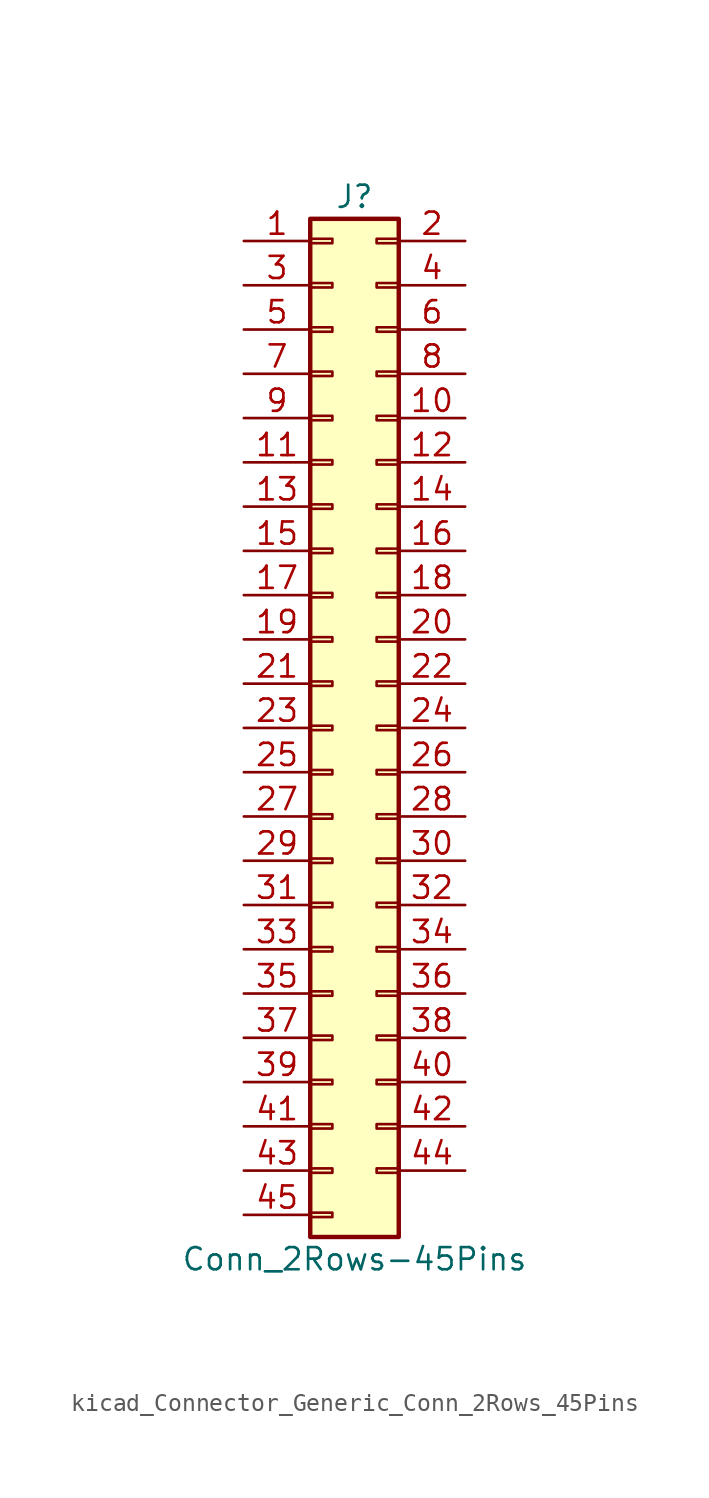
<source format=kicad_sym>
(kicad_symbol_lib
  (version 20220914)
  (generator kicad_symbol_editor)
  (symbol "kicad_Connector_Generic_Conn_2Rows_45Pins"
    (pin_names
      (offset 1.016) hide)
    (property "Reference" "J"
      (at 1.27 30.48 0)
      (effects (font (size 1.27 1.27))))
    (property "Value" "Conn_2Rows-45Pins"
      (at 1.27 -30.48 0)
      (effects (font (size 1.27 1.27))))
    (symbol "kicad_Connector_Generic_Conn_2Rows_45Pins_1_1"
      (rectangle (start -1.27 -27.813) (end 0 -28.067) (stroke (width 0.152) (type default)) (fill (type none)))
      (rectangle (start -1.27 -25.273) (end 0 -25.527) (stroke (width 0.152) (type default)) (fill (type none)))
      (rectangle (start -1.27 -22.733) (end 0 -22.987) (stroke (width 0.152) (type default)) (fill (type none)))
      (rectangle (start -1.27 -20.193) (end 0 -20.447) (stroke (width 0.152) (type default)) (fill (type none)))
      (rectangle (start -1.27 -17.653) (end 0 -17.907) (stroke (width 0.152) (type default)) (fill (type none)))
      (rectangle (start -1.27 -15.113) (end 0 -15.367) (stroke (width 0.152) (type default)) (fill (type none)))
      (rectangle (start -1.27 -12.573) (end 0 -12.827) (stroke (width 0.152) (type default)) (fill (type none)))
      (rectangle (start -1.27 -10.033) (end 0 -10.287) (stroke (width 0.152) (type default)) (fill (type none)))
      (rectangle (start -1.27 -7.493) (end 0 -7.747) (stroke (width 0.152) (type default)) (fill (type none)))
      (rectangle (start -1.27 -4.953) (end 0 -5.207) (stroke (width 0.152) (type default)) (fill (type none)))
      (rectangle (start -1.27 -2.413) (end 0 -2.667) (stroke (width 0.152) (type default)) (fill (type none)))
      (rectangle (start -1.27 0.127) (end 0 -0.127) (stroke (width 0.152) (type default)) (fill (type none)))
      (rectangle (start -1.27 2.667) (end 0 2.413) (stroke (width 0.152) (type default)) (fill (type none)))
      (rectangle (start -1.27 5.207) (end 0 4.953) (stroke (width 0.152) (type default)) (fill (type none)))
      (rectangle (start -1.27 7.747) (end 0 7.493) (stroke (width 0.152) (type default)) (fill (type none)))
      (rectangle (start -1.27 10.287) (end 0 10.033) (stroke (width 0.152) (type default)) (fill (type none)))
      (rectangle (start -1.27 12.827) (end 0 12.573) (stroke (width 0.152) (type default)) (fill (type none)))
      (rectangle (start -1.27 15.367) (end 0 15.113) (stroke (width 0.152) (type default)) (fill (type none)))
      (rectangle (start -1.27 17.907) (end 0 17.653) (stroke (width 0.152) (type default)) (fill (type none)))
      (rectangle (start -1.27 20.447) (end 0 20.193) (stroke (width 0.152) (type default)) (fill (type none)))
      (rectangle (start -1.27 22.987) (end 0 22.733) (stroke (width 0.152) (type default)) (fill (type none)))
      (rectangle (start -1.27 25.527) (end 0 25.273) (stroke (width 0.152) (type default)) (fill (type none)))
      (rectangle (start -1.27 28.067) (end 0 27.813) (stroke (width 0.152) (type default)) (fill (type none)))
      (rectangle (start -1.27 29.21) (end 3.81 -29.21) (stroke (width 0.254) (type default)) (fill (type background)))
      (rectangle (start 3.81 -25.273) (end 2.54 -25.527) (stroke (width 0.152) (type default)) (fill (type none)))
      (rectangle (start 3.81 -22.733) (end 2.54 -22.987) (stroke (width 0.152) (type default)) (fill (type none)))
      (rectangle (start 3.81 -20.193) (end 2.54 -20.447) (stroke (width 0.152) (type default)) (fill (type none)))
      (rectangle (start 3.81 -17.653) (end 2.54 -17.907) (stroke (width 0.152) (type default)) (fill (type none)))
      (rectangle (start 3.81 -15.113) (end 2.54 -15.367) (stroke (width 0.152) (type default)) (fill (type none)))
      (rectangle (start 3.81 -12.573) (end 2.54 -12.827) (stroke (width 0.152) (type default)) (fill (type none)))
      (rectangle (start 3.81 -10.033) (end 2.54 -10.287) (stroke (width 0.152) (type default)) (fill (type none)))
      (rectangle (start 3.81 -7.493) (end 2.54 -7.747) (stroke (width 0.152) (type default)) (fill (type none)))
      (rectangle (start 3.81 -4.953) (end 2.54 -5.207) (stroke (width 0.152) (type default)) (fill (type none)))
      (rectangle (start 3.81 -2.413) (end 2.54 -2.667) (stroke (width 0.152) (type default)) (fill (type none)))
      (rectangle (start 3.81 0.127) (end 2.54 -0.127) (stroke (width 0.152) (type default)) (fill (type none)))
      (rectangle (start 3.81 2.667) (end 2.54 2.413) (stroke (width 0.152) (type default)) (fill (type none)))
      (rectangle (start 3.81 5.207) (end 2.54 4.953) (stroke (width 0.152) (type default)) (fill (type none)))
      (rectangle (start 3.81 7.747) (end 2.54 7.493) (stroke (width 0.152) (type default)) (fill (type none)))
      (rectangle (start 3.81 10.287) (end 2.54 10.033) (stroke (width 0.152) (type default)) (fill (type none)))
      (rectangle (start 3.81 12.827) (end 2.54 12.573) (stroke (width 0.152) (type default)) (fill (type none)))
      (rectangle (start 3.81 15.367) (end 2.54 15.113) (stroke (width 0.152) (type default)) (fill (type none)))
      (rectangle (start 3.81 17.907) (end 2.54 17.653) (stroke (width 0.152) (type default)) (fill (type none)))
      (rectangle (start 3.81 20.447) (end 2.54 20.193) (stroke (width 0.152) (type default)) (fill (type none)))
      (rectangle (start 3.81 22.987) (end 2.54 22.733) (stroke (width 0.152) (type default)) (fill (type none)))
      (rectangle (start 3.81 25.527) (end 2.54 25.273) (stroke (width 0.152) (type default)) (fill (type none)))
      (rectangle (start 3.81 28.067) (end 2.54 27.813) (stroke (width 0.152) (type default)) (fill (type none)))
      (pin passive line (at -5.08 27.94 0) (length 3.81) (name "Pin_1" (effects (font (size 1.27 1.27)))) (number "1" (effects (font (size 1.27 1.27)))))
      (pin passive line (at 7.62 17.78 180) (length 3.81) (name "Pin_10" (effects (font (size 1.27 1.27)))) (number "10" (effects (font (size 1.27 1.27)))))
      (pin passive line (at -5.08 15.24 0) (length 3.81) (name "Pin_11" (effects (font (size 1.27 1.27)))) (number "11" (effects (font (size 1.27 1.27)))))
      (pin passive line (at 7.62 15.24 180) (length 3.81) (name "Pin_12" (effects (font (size 1.27 1.27)))) (number "12" (effects (font (size 1.27 1.27)))))
      (pin passive line (at -5.08 12.7 0) (length 3.81) (name "Pin_13" (effects (font (size 1.27 1.27)))) (number "13" (effects (font (size 1.27 1.27)))))
      (pin passive line (at 7.62 12.7 180) (length 3.81) (name "Pin_14" (effects (font (size 1.27 1.27)))) (number "14" (effects (font (size 1.27 1.27)))))
      (pin passive line (at -5.08 10.16 0) (length 3.81) (name "Pin_15" (effects (font (size 1.27 1.27)))) (number "15" (effects (font (size 1.27 1.27)))))
      (pin passive line (at 7.62 10.16 180) (length 3.81) (name "Pin_16" (effects (font (size 1.27 1.27)))) (number "16" (effects (font (size 1.27 1.27)))))
      (pin passive line (at -5.08 7.62 0) (length 3.81) (name "Pin_17" (effects (font (size 1.27 1.27)))) (number "17" (effects (font (size 1.27 1.27)))))
      (pin passive line (at 7.62 7.62 180) (length 3.81) (name "Pin_18" (effects (font (size 1.27 1.27)))) (number "18" (effects (font (size 1.27 1.27)))))
      (pin passive line (at -5.08 5.08 0) (length 3.81) (name "Pin_19" (effects (font (size 1.27 1.27)))) (number "19" (effects (font (size 1.27 1.27)))))
      (pin passive line (at 7.62 27.94 180) (length 3.81) (name "Pin_2" (effects (font (size 1.27 1.27)))) (number "2" (effects (font (size 1.27 1.27)))))
      (pin passive line (at 7.62 5.08 180) (length 3.81) (name "Pin_20" (effects (font (size 1.27 1.27)))) (number "20" (effects (font (size 1.27 1.27)))))
      (pin passive line (at -5.08 2.54 0) (length 3.81) (name "Pin_21" (effects (font (size 1.27 1.27)))) (number "21" (effects (font (size 1.27 1.27)))))
      (pin passive line (at 7.62 2.54 180) (length 3.81) (name "Pin_22" (effects (font (size 1.27 1.27)))) (number "22" (effects (font (size 1.27 1.27)))))
      (pin passive line (at -5.08 0 0) (length 3.81) (name "Pin_23" (effects (font (size 1.27 1.27)))) (number "23" (effects (font (size 1.27 1.27)))))
      (pin passive line (at 7.62 0 180) (length 3.81) (name "Pin_24" (effects (font (size 1.27 1.27)))) (number "24" (effects (font (size 1.27 1.27)))))
      (pin passive line (at -5.08 -2.54 0) (length 3.81) (name "Pin_25" (effects (font (size 1.27 1.27)))) (number "25" (effects (font (size 1.27 1.27)))))
      (pin passive line (at 7.62 -2.54 180) (length 3.81) (name "Pin_26" (effects (font (size 1.27 1.27)))) (number "26" (effects (font (size 1.27 1.27)))))
      (pin passive line (at -5.08 -5.08 0) (length 3.81) (name "Pin_27" (effects (font (size 1.27 1.27)))) (number "27" (effects (font (size 1.27 1.27)))))
      (pin passive line (at 7.62 -5.08 180) (length 3.81) (name "Pin_28" (effects (font (size 1.27 1.27)))) (number "28" (effects (font (size 1.27 1.27)))))
      (pin passive line (at -5.08 -7.62 0) (length 3.81) (name "Pin_29" (effects (font (size 1.27 1.27)))) (number "29" (effects (font (size 1.27 1.27)))))
      (pin passive line (at -5.08 25.4 0) (length 3.81) (name "Pin_3" (effects (font (size 1.27 1.27)))) (number "3" (effects (font (size 1.27 1.27)))))
      (pin passive line (at 7.62 -7.62 180) (length 3.81) (name "Pin_30" (effects (font (size 1.27 1.27)))) (number "30" (effects (font (size 1.27 1.27)))))
      (pin passive line (at -5.08 -10.16 0) (length 3.81) (name "Pin_31" (effects (font (size 1.27 1.27)))) (number "31" (effects (font (size 1.27 1.27)))))
      (pin passive line (at 7.62 -10.16 180) (length 3.81) (name "Pin_32" (effects (font (size 1.27 1.27)))) (number "32" (effects (font (size 1.27 1.27)))))
      (pin passive line (at -5.08 -12.7 0) (length 3.81) (name "Pin_33" (effects (font (size 1.27 1.27)))) (number "33" (effects (font (size 1.27 1.27)))))
      (pin passive line (at 7.62 -12.7 180) (length 3.81) (name "Pin_34" (effects (font (size 1.27 1.27)))) (number "34" (effects (font (size 1.27 1.27)))))
      (pin passive line (at -5.08 -15.24 0) (length 3.81) (name "Pin_35" (effects (font (size 1.27 1.27)))) (number "35" (effects (font (size 1.27 1.27)))))
      (pin passive line (at 7.62 -15.24 180) (length 3.81) (name "Pin_36" (effects (font (size 1.27 1.27)))) (number "36" (effects (font (size 1.27 1.27)))))
      (pin passive line (at -5.08 -17.78 0) (length 3.81) (name "Pin_37" (effects (font (size 1.27 1.27)))) (number "37" (effects (font (size 1.27 1.27)))))
      (pin passive line (at 7.62 -17.78 180) (length 3.81) (name "Pin_38" (effects (font (size 1.27 1.27)))) (number "38" (effects (font (size 1.27 1.27)))))
      (pin passive line (at -5.08 -20.32 0) (length 3.81) (name "Pin_39" (effects (font (size 1.27 1.27)))) (number "39" (effects (font (size 1.27 1.27)))))
      (pin passive line (at 7.62 25.4 180) (length 3.81) (name "Pin_4" (effects (font (size 1.27 1.27)))) (number "4" (effects (font (size 1.27 1.27)))))
      (pin passive line (at 7.62 -20.32 180) (length 3.81) (name "Pin_40" (effects (font (size 1.27 1.27)))) (number "40" (effects (font (size 1.27 1.27)))))
      (pin passive line (at -5.08 -22.86 0) (length 3.81) (name "Pin_41" (effects (font (size 1.27 1.27)))) (number "41" (effects (font (size 1.27 1.27)))))
      (pin passive line (at 7.62 -22.86 180) (length 3.81) (name "Pin_42" (effects (font (size 1.27 1.27)))) (number "42" (effects (font (size 1.27 1.27)))))
      (pin passive line (at -5.08 -25.4 0) (length 3.81) (name "Pin_43" (effects (font (size 1.27 1.27)))) (number "43" (effects (font (size 1.27 1.27)))))
      (pin passive line (at 7.62 -25.4 180) (length 3.81) (name "Pin_44" (effects (font (size 1.27 1.27)))) (number "44" (effects (font (size 1.27 1.27)))))
      (pin passive line (at -5.08 -27.94 0) (length 3.81) (name "Pin_45" (effects (font (size 1.27 1.27)))) (number "45" (effects (font (size 1.27 1.27)))))
      (pin passive line (at -5.08 22.86 0) (length 3.81) (name "Pin_5" (effects (font (size 1.27 1.27)))) (number "5" (effects (font (size 1.27 1.27)))))
      (pin passive line (at 7.62 22.86 180) (length 3.81) (name "Pin_6" (effects (font (size 1.27 1.27)))) (number "6" (effects (font (size 1.27 1.27)))))
      (pin passive line (at -5.08 20.32 0) (length 3.81) (name "Pin_7" (effects (font (size 1.27 1.27)))) (number "7" (effects (font (size 1.27 1.27)))))
      (pin passive line (at 7.62 20.32 180) (length 3.81) (name "Pin_8" (effects (font (size 1.27 1.27)))) (number "8" (effects (font (size 1.27 1.27)))))
      (pin passive line (at -5.08 17.78 0) (length 3.81) (name "Pin_9" (effects (font (size 1.27 1.27)))) (number "9" (effects (font (size 1.27 1.27))))))))
</source>
